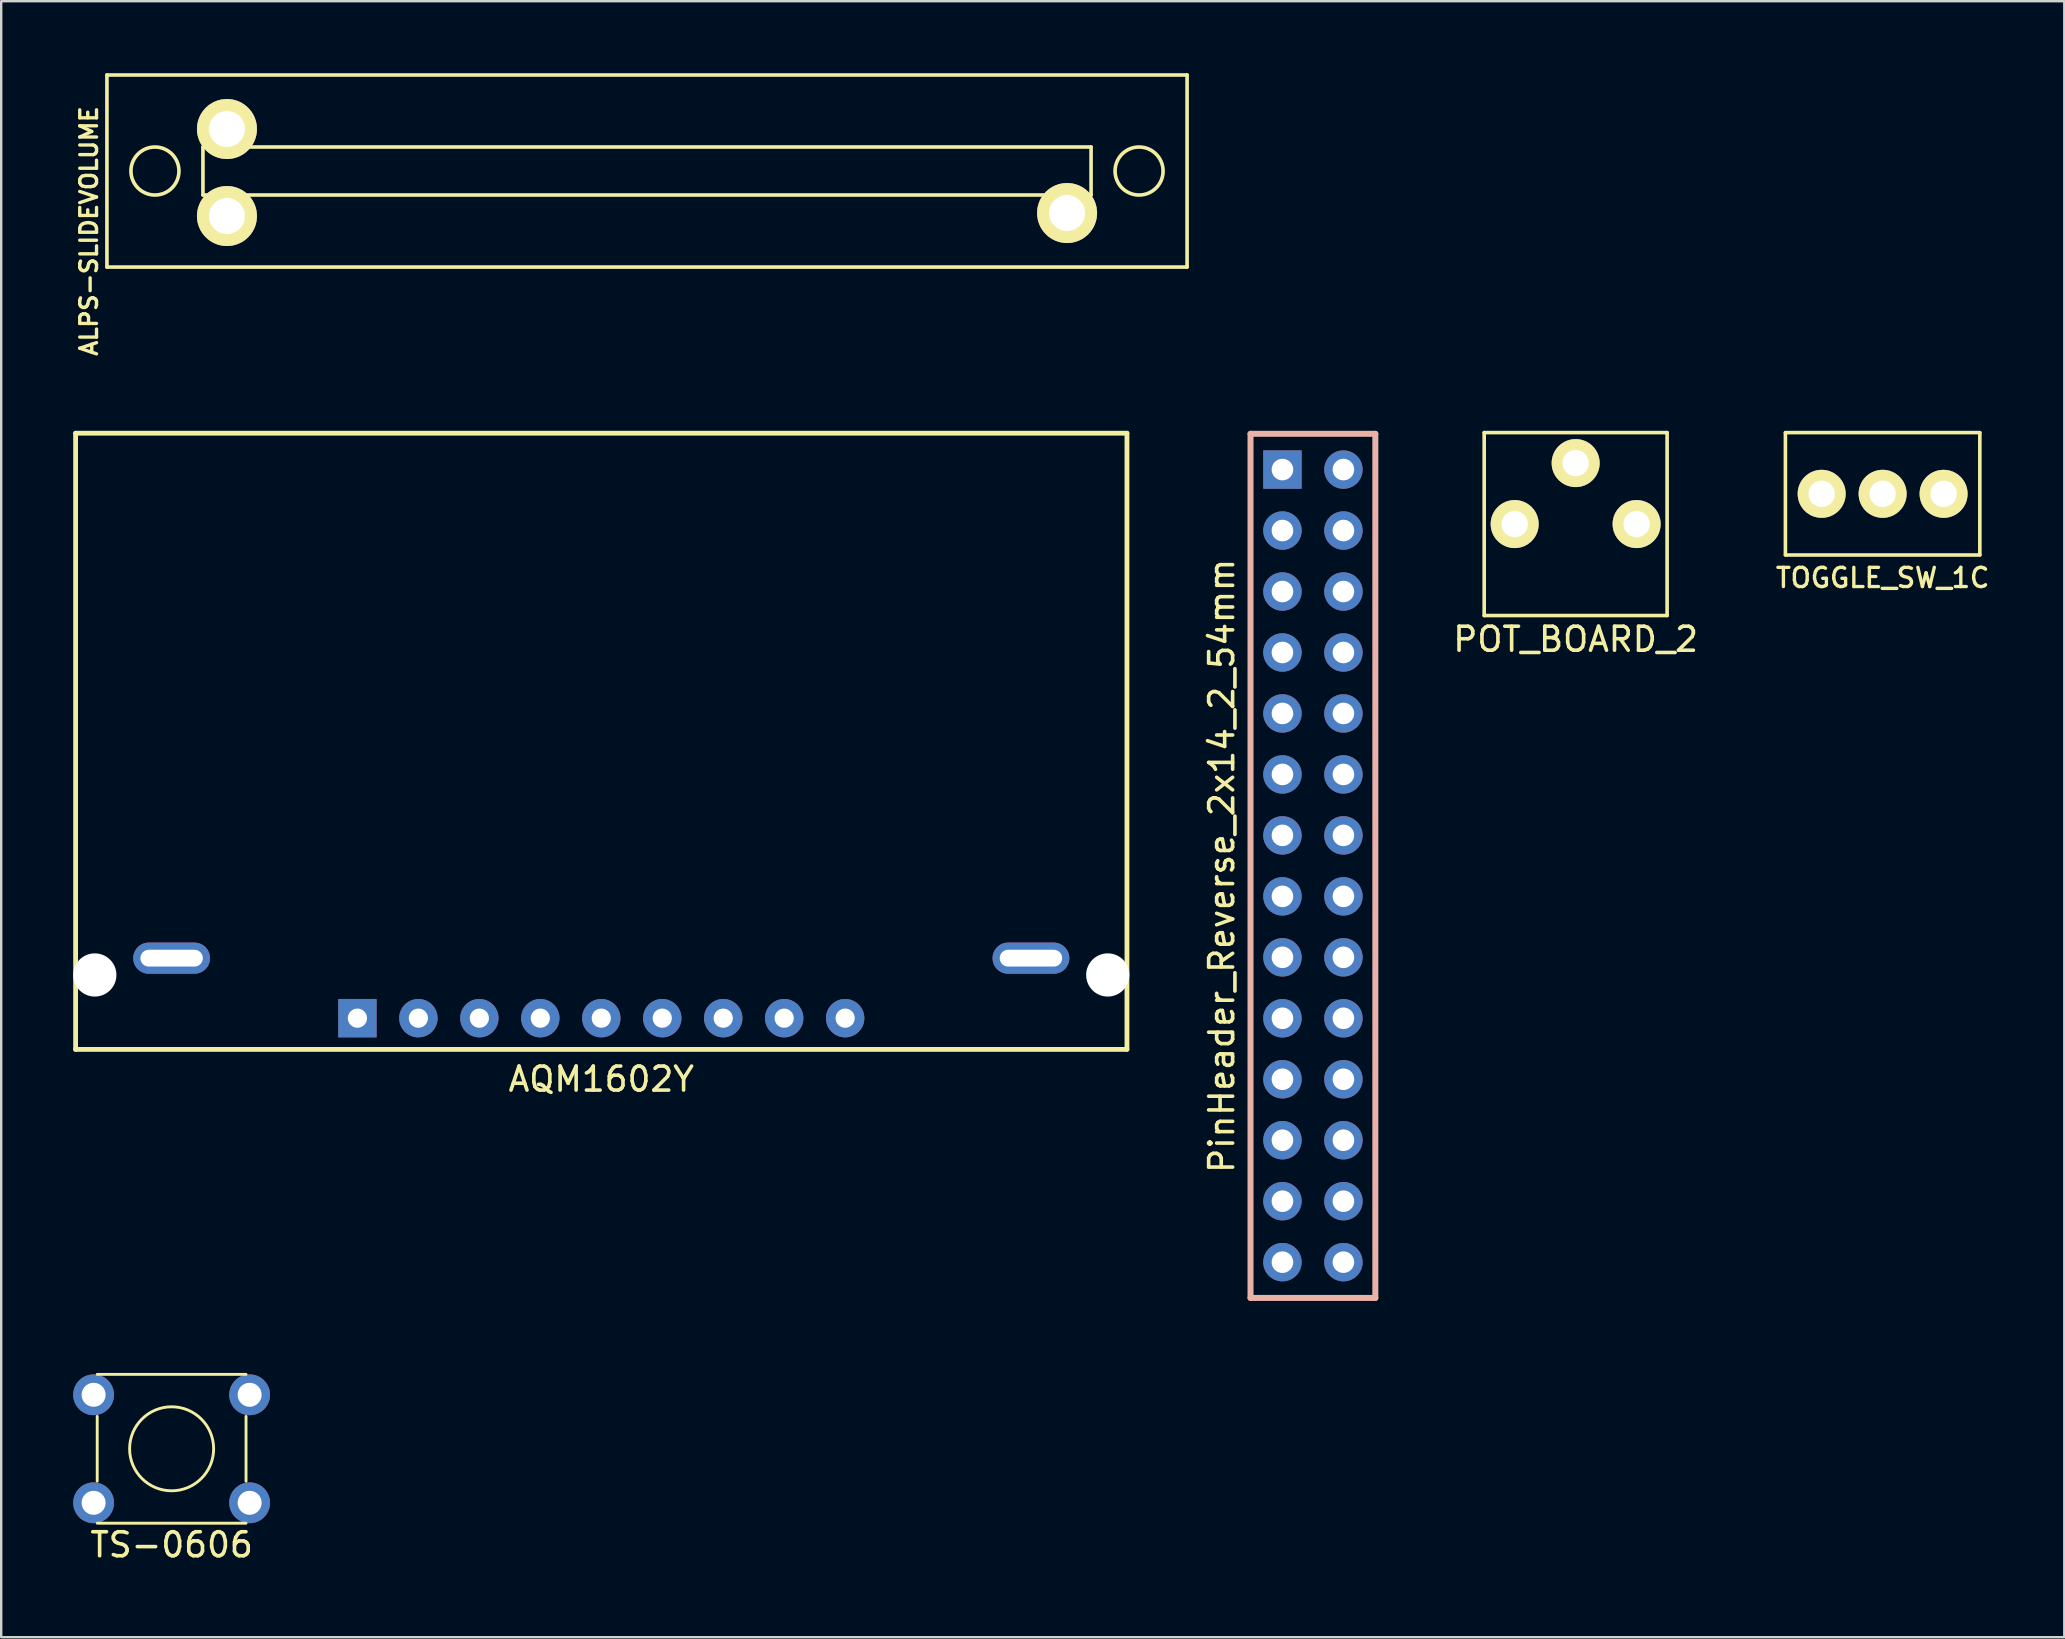
<source format=kicad_pcb>
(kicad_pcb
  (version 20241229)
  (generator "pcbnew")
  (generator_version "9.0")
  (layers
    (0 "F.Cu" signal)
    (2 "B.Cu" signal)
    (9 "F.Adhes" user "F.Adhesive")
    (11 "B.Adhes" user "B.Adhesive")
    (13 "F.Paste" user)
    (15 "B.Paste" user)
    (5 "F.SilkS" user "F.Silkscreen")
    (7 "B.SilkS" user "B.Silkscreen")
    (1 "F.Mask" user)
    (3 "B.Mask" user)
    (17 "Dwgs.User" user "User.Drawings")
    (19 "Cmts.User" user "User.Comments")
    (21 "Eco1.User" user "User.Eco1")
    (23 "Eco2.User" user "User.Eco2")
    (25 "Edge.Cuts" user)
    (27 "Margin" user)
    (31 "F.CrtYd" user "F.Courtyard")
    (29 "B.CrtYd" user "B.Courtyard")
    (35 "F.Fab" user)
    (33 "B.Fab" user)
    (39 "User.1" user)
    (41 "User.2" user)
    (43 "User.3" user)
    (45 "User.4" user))
  (footprint "PinHeader_Reverse_2x14_2_54mm"
    (layer "F.Cu")
    (at 51.648 33.023)
    (property "Reference" "PinHeader_Reverse_2x14_2_54mm" (at -3.8 0 270) (layer "F.SilkS") (effects (font (size 1 1) (thickness 0.15))))
    (attr through_hole)
    (fp_line (start -2.6 -18) (end 2.6 -18) (stroke (width 0.25) (type solid)) (layer "B.SilkS"))
    (fp_line (start -2.6 18) (end -2.6 -18) (stroke (width 0.25) (type solid)) (layer "B.SilkS"))
    (fp_line (start 2.6 -18) (end 2.6 18) (stroke (width 0.25) (type solid)) (layer "B.SilkS"))
    (fp_line (start 2.6 18) (end -2.6 18) (stroke (width 0.25) (type solid)) (layer "B.SilkS"))
    (pad "1" thru_hole rect (at -1.27 -16.51 270) (size 1.6 1.6) (drill 0.9) (layers "*.Cu" "*.Mask"))
    (pad "2" thru_hole circle (at 1.27 -16.51 270) (size 1.6 1.6) (drill 0.9) (layers "*.Cu" "*.Mask"))
    (pad "3" thru_hole circle (at -1.27 -13.97 270) (size 1.6 1.6) (drill 0.9) (layers "*.Cu" "*.Mask"))
    (pad "4" thru_hole circle (at 1.27 -13.97 270) (size 1.6 1.6) (drill 0.9) (layers "*.Cu" "*.Mask"))
    (pad "5" thru_hole circle (at -1.27 -11.43 270) (size 1.6 1.6) (drill 0.9) (layers "*.Cu" "*.Mask"))
    (pad "6" thru_hole circle (at 1.27 -11.43 270) (size 1.6 1.6) (drill 0.9) (layers "*.Cu" "*.Mask"))
    (pad "7" thru_hole circle (at -1.27 -8.89 270) (size 1.6 1.6) (drill 0.9) (layers "*.Cu" "*.Mask"))
    (pad "8" thru_hole circle (at 1.27 -8.89 270) (size 1.6 1.6) (drill 0.9) (layers "*.Cu" "*.Mask"))
    (pad "9" thru_hole circle (at -1.27 -6.35 270) (size 1.6 1.6) (drill 0.9) (layers "*.Cu" "*.Mask"))
    (pad "10" thru_hole circle (at 1.27 -6.35 270) (size 1.6 1.6) (drill 0.9) (layers "*.Cu" "*.Mask"))
    (pad "11" thru_hole circle (at -1.27 -3.81 270) (size 1.6 1.6) (drill 0.9) (layers "*.Cu" "*.Mask"))
    (pad "12" thru_hole circle (at 1.27 -3.81 270) (size 1.6 1.6) (drill 0.9) (layers "*.Cu" "*.Mask"))
    (pad "13" thru_hole circle (at -1.27 -1.27 270) (size 1.6 1.6) (drill 0.9) (layers "*.Cu" "*.Mask"))
    (pad "14" thru_hole circle (at 1.27 -1.27 270) (size 1.6 1.6) (drill 0.9) (layers "*.Cu" "*.Mask"))
    (pad "15" thru_hole circle (at -1.27 1.27 270) (size 1.6 1.6) (drill 0.9) (layers "*.Cu" "*.Mask"))
    (pad "16" thru_hole circle (at 1.27 1.27 270) (size 1.6 1.6) (drill 0.9) (layers "*.Cu" "*.Mask"))
    (pad "17" thru_hole circle (at -1.27 3.81 270) (size 1.6 1.6) (drill 0.9) (layers "*.Cu" "*.Mask"))
    (pad "18" thru_hole circle (at 1.27 3.81 270) (size 1.6 1.6) (drill 0.9) (layers "*.Cu" "*.Mask"))
    (pad "19" thru_hole circle (at -1.27 6.35 270) (size 1.6 1.6) (drill 0.9) (layers "*.Cu" "*.Mask"))
    (pad "20" thru_hole circle (at 1.27 6.35 270) (size 1.6 1.6) (drill 0.9) (layers "*.Cu" "*.Mask"))
    (pad "21" thru_hole circle (at -1.27 8.89 270) (size 1.6 1.6) (drill 0.9) (layers "*.Cu" "*.Mask"))
    (pad "22" thru_hole circle (at 1.27 8.89 270) (size 1.6 1.6) (drill 0.9) (layers "*.Cu" "*.Mask"))
    (pad "23" thru_hole circle (at -1.27 11.43 270) (size 1.6 1.6) (drill 0.9) (layers "*.Cu" "*.Mask"))
    (pad "24" thru_hole circle (at 1.27 11.43 270) (size 1.6 1.6) (drill 0.9) (layers "*.Cu" "*.Mask"))
    (pad "25" thru_hole circle (at -1.27 13.97 270) (size 1.6 1.6) (drill 0.9) (layers "*.Cu" "*.Mask"))
    (pad "26" thru_hole circle (at 1.27 13.97 270) (size 1.6 1.6) (drill 0.9) (layers "*.Cu" "*.Mask"))
    (pad "27" thru_hole circle (at -1.27 16.51 270) (size 1.6 1.6) (drill 0.9) (layers "*.Cu" "*.Mask"))
    (pad "28" thru_hole circle (at 1.27 16.51 270) (size 1.6 1.6) (drill 0.9) (layers "*.Cu" "*.Mask")))
  (footprint "TOGGLE_SW_1C"
    (layer "F.Cu")
    (at 75.382 17.523)
    (property "Reference" "TOGGLE_SW_1C" (at 0 3.5 0) (layer "F.SilkS") (effects (font (size 0.8 0.8) (thickness 0.14))))
    (attr through_hole)
    (fp_line (start -4.05 -2.54) (end -4.05 2.54) (stroke (width 0.15) (type solid)) (layer "F.SilkS"))
    (fp_line (start -4.05 2.55) (end 4.05 2.55) (stroke (width 0.15) (type solid)) (layer "F.SilkS"))
    (fp_line (start 4.05 -2.55) (end -4.05 -2.55) (stroke (width 0.15) (type solid)) (layer "F.SilkS"))
    (fp_line (start 4.05 -2.54) (end 4.05 2.54) (stroke (width 0.15) (type solid)) (layer "F.SilkS"))
    (pad "1" thru_hole circle (at -2.54 0) (size 2 2) (drill 1.1) (layers "*.Cu" "*.Mask" "F.SilkS"))
    (pad "2" thru_hole circle (at 0 0) (size 2 2) (drill 1.1) (layers "*.Cu" "*.Mask" "F.SilkS"))
    (pad "3" thru_hole circle (at 2.54 0) (size 2 2) (drill 1.1) (layers "*.Cu" "*.Mask" "F.SilkS")))
  (footprint "AQM1602Y"
    (layer "F.Cu")
    (at 22 39.368)
    (property "Reference" "AQM1602Y" (at 0 2.54 0) (layer "F.SilkS") (effects (font (size 1 1) (thickness 0.15))))
    (attr through_hole)
    (fp_line (start -21.9 -24.37) (end 21.9 -24.37) (stroke (width 0.2) (type solid)) (layer "F.SilkS"))
    (fp_line (start -21.9 1.3) (end -21.9 -24.37) (stroke (width 0.2) (type solid)) (layer "F.SilkS"))
    (fp_line (start -21.9 1.3) (end 21.9 1.3) (stroke (width 0.2) (type solid)) (layer "F.SilkS"))
    (fp_line (start 21.9 1.3) (end 21.9 -24.37) (stroke (width 0.2) (type solid)) (layer "F.SilkS"))
    (pad "" np_thru_hole circle (at -21.1 -1.8) (size 1.8 1.8) (drill 1.8) (layers "*.Cu" "*.Mask"))
    (pad "" np_thru_hole circle (at 21.1 -1.8) (size 1.8 1.8) (drill 1.8) (layers "*.Cu" "*.Mask"))
    (pad "1" thru_hole rect (at -10.16 0) (size 1.6 1.6) (drill 0.8) (layers "*.Cu" "*.Mask"))
    (pad "2" thru_hole circle (at -7.62 0) (size 1.6 1.6) (drill 0.8) (layers "*.Cu" "*.Mask"))
    (pad "3" thru_hole circle (at -5.08 0) (size 1.6 1.6) (drill 0.8) (layers "*.Cu" "*.Mask"))
    (pad "4" thru_hole circle (at -2.54 0) (size 1.6 1.6) (drill 0.8) (layers "*.Cu" "*.Mask"))
    (pad "5" thru_hole circle (at 0 0) (size 1.6 1.6) (drill 0.8) (layers "*.Cu" "*.Mask"))
    (pad "6" thru_hole circle (at 2.54 0) (size 1.6 1.6) (drill 0.8) (layers "*.Cu" "*.Mask"))
    (pad "7" thru_hole circle (at 5.08 0) (size 1.6 1.6) (drill 0.8) (layers "*.Cu" "*.Mask"))
    (pad "8" thru_hole circle (at 7.62 0) (size 1.6 1.6) (drill 0.8) (layers "*.Cu" "*.Mask"))
    (pad "9" thru_hole circle (at 10.16 0) (size 1.6 1.6) (drill 0.8) (layers "*.Cu" "*.Mask"))
    (pad "10" thru_hole oval (at -17.9 -2.5) (size 3.2 1.3) (drill oval 2.6 0.7) (layers "*.Cu" "*.Mask"))
    (pad "11" thru_hole oval (at 17.9 -2.5) (size 3.2 1.3) (drill oval 2.6 0.7) (layers "*.Cu" "*.Mask")))
  (footprint "TS-0606"
    (layer "F.Cu")
    (at 4.1 57.308)
    (property "Reference" "TS-0606" (at 0 4 0) (layer "F.SilkS") (effects (font (size 1 1) (thickness 0.15))))
    (attr through_hole)
    (fp_line (start -3.1 -1.35) (end -3.1 1.35) (stroke (width 0.12) (type solid)) (layer "F.SilkS"))
    (fp_line (start -3.1 3.1) (end 3.1 3.1) (stroke (width 0.12) (type solid)) (layer "F.SilkS"))
    (fp_line (start 3.1 -3.1) (end -3.1 -3.1) (stroke (width 0.12) (type solid)) (layer "F.SilkS"))
    (fp_line (start 3.1 1.35) (end 3.1 -1.35) (stroke (width 0.12) (type solid)) (layer "F.SilkS"))
    (fp_circle (center 0 0) (end 1.75 0) (stroke (width 0.12) (type solid)) (fill no) (layer "F.SilkS"))
    (pad "1" thru_hole circle (at -3.25 -2.25) (size 1.7 1.7) (drill 1) (layers "*.Cu" "*.Mask"))
    (pad "2" thru_hole circle (at 3.25 -2.25) (size 1.7 1.7) (drill 1) (layers "*.Cu" "*.Mask"))
    (pad "3" thru_hole circle (at -3.25 2.25) (size 1.7 1.7) (drill 1) (layers "*.Cu" "*.Mask"))
    (pad "4" thru_hole circle (at 3.25 2.25) (size 1.7 1.7) (drill 1) (layers "*.Cu" "*.Mask")))
  (footprint "POT_BOARD_2"
    (layer "F.Cu")
    (at 62.593 18.783)
    (property "Reference" "POT_BOARD_2" (at 0 4.8 0) (layer "F.SilkS") (effects (font (size 1 1) (thickness 0.15))))
    (attr through_hole)
    (fp_line (start -3.81 -3.81) (end 3.81 -3.81) (stroke (width 0.15) (type solid)) (layer "F.SilkS"))
    (fp_line (start -3.81 3.81) (end -3.81 -3.81) (stroke (width 0.15) (type solid)) (layer "F.SilkS"))
    (fp_line (start 3.81 -3.81) (end 3.81 3.81) (stroke (width 0.15) (type solid)) (layer "F.SilkS"))
    (fp_line (start 3.81 3.81) (end -3.81 3.81) (stroke (width 0.15) (type solid)) (layer "F.SilkS"))
    (pad "1" thru_hole circle (at -2.54 0) (size 2 2) (drill 1.1) (layers "*.Cu" "*.Mask" "F.SilkS"))
    (pad "2" thru_hole circle (at 0 -2.54) (size 2 2) (drill 1.1) (layers "*.Cu" "*.Mask" "F.SilkS"))
    (pad "3" thru_hole circle (at 2.54 0) (size 2 2) (drill 1.1) (layers "*.Cu" "*.Mask" "F.SilkS")))
  (footprint "ALPS-SLIDEVOLUME"
    (layer "F.Cu")
    (at 23.905 4.075)
    (property "Reference" "ALPS-SLIDEVOLUME" (at -23.25 2.5 90) (layer "F.SilkS") (effects (font (size 0.7 0.7) (thickness 0.14))))
    (attr through_hole)
    (fp_line (start -22.5 -4) (end 22.5 -4) (stroke (width 0.15) (type solid)) (layer "F.SilkS"))
    (fp_line (start -22.5 4) (end -22.5 -4) (stroke (width 0.15) (type solid)) (layer "F.SilkS"))
    (fp_line (start -18.5 -1) (end 18.5 -1) (stroke (width 0.15) (type solid)) (layer "F.SilkS"))
    (fp_line (start -18.5 1) (end -18.5 -1) (stroke (width 0.15) (type solid)) (layer "F.SilkS"))
    (fp_line (start 18.5 -1) (end 18.5 1) (stroke (width 0.15) (type solid)) (layer "F.SilkS"))
    (fp_line (start 18.5 1) (end -18.5 1) (stroke (width 0.15) (type solid)) (layer "F.SilkS"))
    (fp_line (start 22.5 -4) (end 22.5 4) (stroke (width 0.15) (type solid)) (layer "F.SilkS"))
    (fp_line (start 22.5 4) (end -22.5 4) (stroke (width 0.15) (type solid)) (layer "F.SilkS"))
    (fp_circle (center -20.5 0) (end -20.5 1) (stroke (width 0.15) (type solid)) (fill no) (layer "F.SilkS"))
    (fp_circle (center 20.5 0) (end 20.5 1) (stroke (width 0.15) (type solid)) (fill no) (layer "F.SilkS"))
    (pad "1" thru_hole circle (at -17.5 1.875) (size 2.5 2.5) (drill 1.5) (layers "*.Cu" "*.Mask" "F.SilkS"))
    (pad "2" thru_hole circle (at -17.5 -1.75) (size 2.5 2.5) (drill 1.5) (layers "*.Cu" "*.Mask" "F.SilkS"))
    (pad "3" thru_hole circle (at 17.5 1.75) (size 2.5 2.5) (drill 1.5) (layers "*.Cu" "*.Mask" "F.SilkS")))
  (gr_rect
    (start -3 -3)
    (end 82.95 65.157)
    (stroke (width 0.1) (type default))
    (fill no)
    (layer "Edge.Cuts")))
</source>
